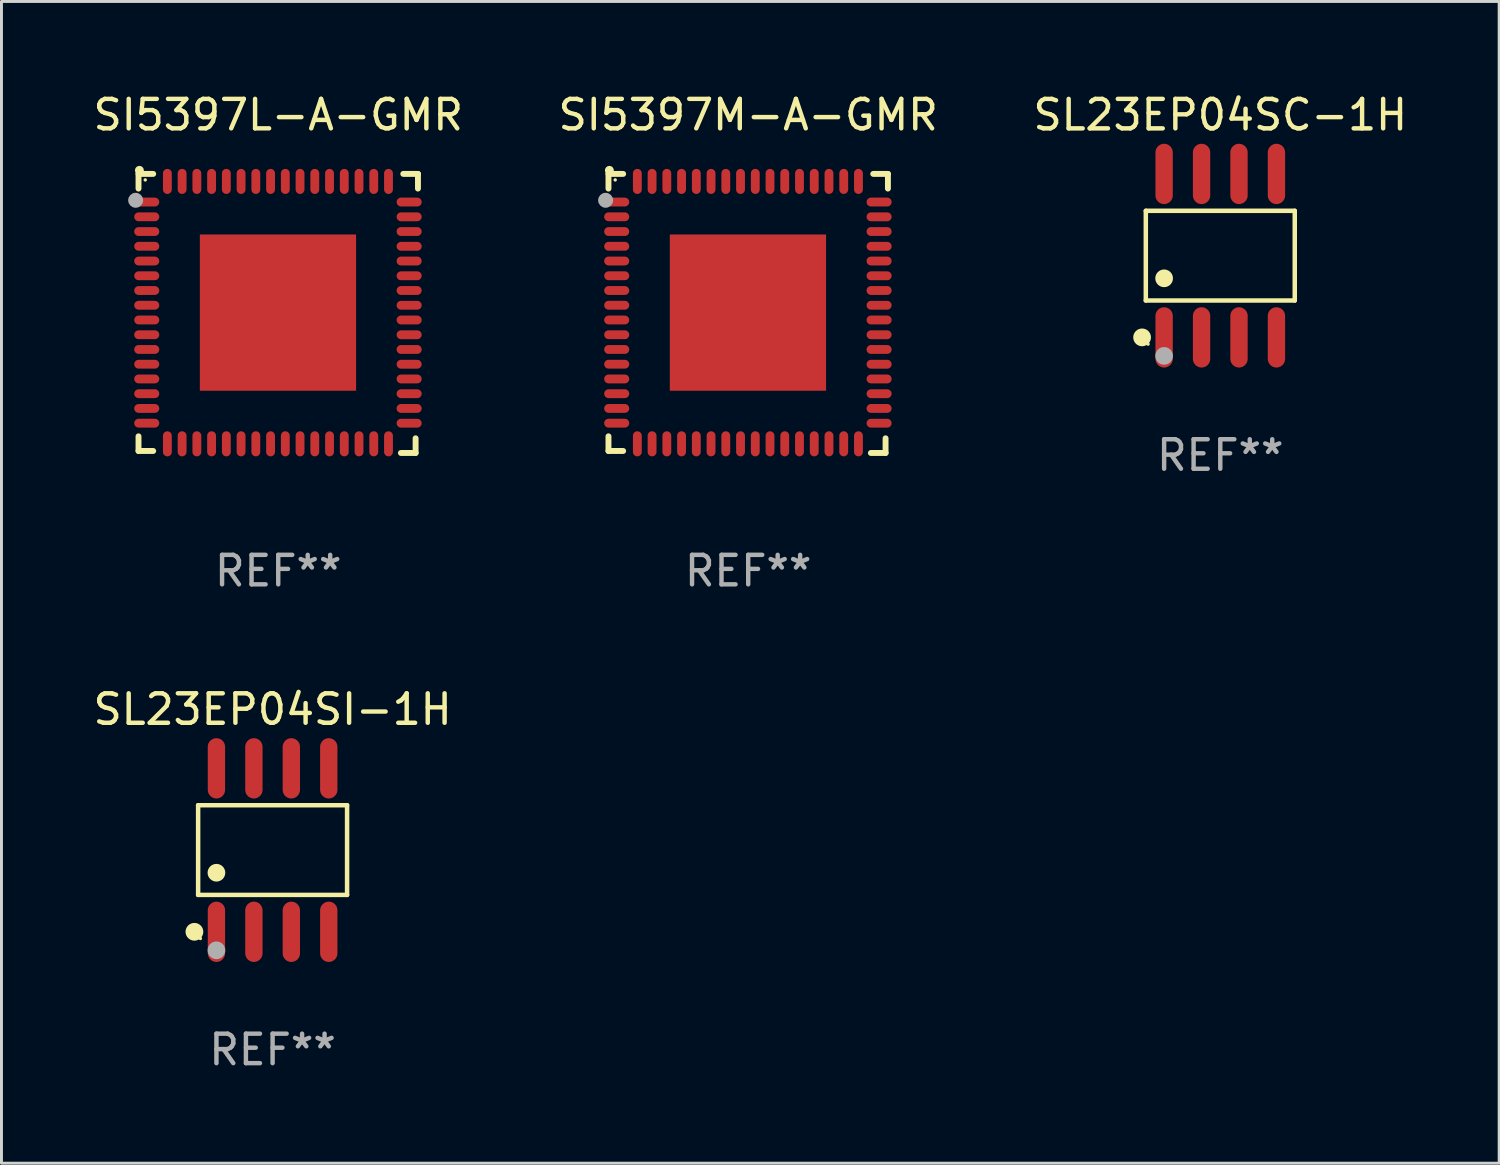
<source format=kicad_pcb>
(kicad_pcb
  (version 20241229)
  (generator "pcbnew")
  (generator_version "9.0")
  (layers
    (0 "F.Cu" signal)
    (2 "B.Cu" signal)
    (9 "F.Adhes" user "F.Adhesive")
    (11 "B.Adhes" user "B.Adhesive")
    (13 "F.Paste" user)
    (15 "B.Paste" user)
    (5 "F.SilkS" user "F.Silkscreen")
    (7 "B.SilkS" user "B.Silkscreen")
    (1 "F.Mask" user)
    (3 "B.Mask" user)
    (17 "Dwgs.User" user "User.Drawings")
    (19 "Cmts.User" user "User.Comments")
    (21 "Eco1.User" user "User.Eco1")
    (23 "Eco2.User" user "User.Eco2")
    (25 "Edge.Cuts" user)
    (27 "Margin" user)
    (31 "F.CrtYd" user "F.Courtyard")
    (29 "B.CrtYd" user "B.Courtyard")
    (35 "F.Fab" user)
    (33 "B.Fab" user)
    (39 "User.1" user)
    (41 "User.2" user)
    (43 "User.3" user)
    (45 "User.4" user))
  (footprint "SI5397M-A-GMR"
    (layer "F.Cu")
    (at 22.327 7.581)
    (property "Reference" "SI5397M-A-GMR" (at 0 -6.733 0) (layer "F.SilkS") (effects (font (size 1 1) (thickness 0.15))))
    (attr through_hole)
    (fp_line (start -4.739 -4.733) (end -4.241 -4.733) (stroke (width 0.2) (type solid)) (layer "F.SilkS"))
    (fp_line (start -4.739 -4.235) (end -4.739 -4.733) (stroke (width 0.2) (type solid)) (layer "F.SilkS"))
    (fp_line (start -4.739 4.168) (end -4.739 4.665) (stroke (width 0.2) (type solid)) (layer "F.SilkS"))
    (fp_line (start -4.739 4.665) (end -4.241 4.665) (stroke (width 0.2) (type solid)) (layer "F.SilkS"))
    (fp_line (start 4.161 4.733) (end 4.659 4.733) (stroke (width 0.2) (type solid)) (layer "F.SilkS"))
    (fp_line (start 4.241 -4.733) (end 4.739 -4.733) (stroke (width 0.2) (type solid)) (layer "F.SilkS"))
    (fp_line (start 4.659 4.733) (end 4.659 4.235) (stroke (width 0.2) (type solid)) (layer "F.SilkS"))
    (fp_line (start 4.739 -4.733) (end 4.739 -4.235) (stroke (width 0.2) (type solid)) (layer "F.SilkS"))
    (fp_arc (start -4.708623 -4.85108) (mid -4.708628 -4.85235) (end -4.708623 -4.85362) (stroke (width 0.3) (type solid)) (layer "F.SilkS"))
    (fp_circle (center -4.511 -4.529) (end -4.481 -4.529) (stroke (width 0.06) (type solid)) (fill no) (layer "F.SilkS"))
    (fp_circle (center -4.836 -3.838) (end -4.709 -3.838) (stroke (width 0.254) (type solid)) (fill no) (layer "F.Fab"))
    (fp_text user "REF**" (at 0 8.733 0) (layer "F.Fab") (effects (font (size 1 1) (thickness 0.15))))
    (pad "1" smd oval (at -4.46 -3.778) (size 0.85 0.3) (layers "F.Cu" "F.Mask" "F.Paste"))
    (pad "2" smd oval (at -4.46 -3.278) (size 0.85 0.3) (layers "F.Cu" "F.Mask" "F.Paste"))
    (pad "3" smd oval (at -4.46 -2.778) (size 0.85 0.3) (layers "F.Cu" "F.Mask" "F.Paste"))
    (pad "4" smd oval (at -4.46 -2.278) (size 0.85 0.3) (layers "F.Cu" "F.Mask" "F.Paste"))
    (pad "5" smd oval (at -4.46 -1.778) (size 0.85 0.3) (layers "F.Cu" "F.Mask" "F.Paste"))
    (pad "6" smd oval (at -4.46 -1.278) (size 0.85 0.3) (layers "F.Cu" "F.Mask" "F.Paste"))
    (pad "7" smd oval (at -4.46 -0.778) (size 0.85 0.3) (layers "F.Cu" "F.Mask" "F.Paste"))
    (pad "8" smd oval (at -4.46 -0.278) (size 0.85 0.3) (layers "F.Cu" "F.Mask" "F.Paste"))
    (pad "9" smd oval (at -4.46 0.222) (size 0.85 0.3) (layers "F.Cu" "F.Mask" "F.Paste"))
    (pad "10" smd oval (at -4.46 0.722) (size 0.85 0.3) (layers "F.Cu" "F.Mask" "F.Paste"))
    (pad "11" smd oval (at -4.46 1.222) (size 0.85 0.3) (layers "F.Cu" "F.Mask" "F.Paste"))
    (pad "12" smd oval (at -4.46 1.722) (size 0.85 0.3) (layers "F.Cu" "F.Mask" "F.Paste"))
    (pad "13" smd oval (at -4.46 2.222) (size 0.85 0.3) (layers "F.Cu" "F.Mask" "F.Paste"))
    (pad "14" smd oval (at -4.46 2.722) (size 0.85 0.3) (layers "F.Cu" "F.Mask" "F.Paste"))
    (pad "15" smd oval (at -4.46 3.222) (size 0.85 0.3) (layers "F.Cu" "F.Mask" "F.Paste"))
    (pad "16" smd oval (at -4.46 3.722) (size 0.85 0.3) (layers "F.Cu" "F.Mask" "F.Paste"))
    (pad "17" smd oval (at -3.76 4.422) (size 0.3 0.85) (layers "F.Cu" "F.Mask" "F.Paste"))
    (pad "18" smd oval (at -3.26 4.422) (size 0.3 0.85) (layers "F.Cu" "F.Mask" "F.Paste"))
    (pad "19" smd oval (at -2.76 4.422) (size 0.3 0.85) (layers "F.Cu" "F.Mask" "F.Paste"))
    (pad "20" smd oval (at -2.26 4.422) (size 0.3 0.85) (layers "F.Cu" "F.Mask" "F.Paste"))
    (pad "21" smd oval (at -1.76 4.422) (size 0.3 0.85) (layers "F.Cu" "F.Mask" "F.Paste"))
    (pad "22" smd oval (at -1.26 4.422) (size 0.3 0.85) (layers "F.Cu" "F.Mask" "F.Paste"))
    (pad "23" smd oval (at -0.76 4.422) (size 0.3 0.85) (layers "F.Cu" "F.Mask" "F.Paste"))
    (pad "24" smd oval (at -0.26 4.422) (size 0.3 0.85) (layers "F.Cu" "F.Mask" "F.Paste"))
    (pad "25" smd oval (at 0.24 4.422) (size 0.3 0.85) (layers "F.Cu" "F.Mask" "F.Paste"))
    (pad "26" smd oval (at 0.74 4.422) (size 0.3 0.85) (layers "F.Cu" "F.Mask" "F.Paste"))
    (pad "27" smd oval (at 1.24 4.422) (size 0.3 0.85) (layers "F.Cu" "F.Mask" "F.Paste"))
    (pad "28" smd oval (at 1.74 4.422) (size 0.3 0.85) (layers "F.Cu" "F.Mask" "F.Paste"))
    (pad "29" smd oval (at 2.24 4.422) (size 0.3 0.85) (layers "F.Cu" "F.Mask" "F.Paste"))
    (pad "30" smd oval (at 2.74 4.422) (size 0.3 0.85) (layers "F.Cu" "F.Mask" "F.Paste"))
    (pad "31" smd oval (at 3.24 4.422) (size 0.3 0.85) (layers "F.Cu" "F.Mask" "F.Paste"))
    (pad "32" smd oval (at 3.74 4.422) (size 0.3 0.85) (layers "F.Cu" "F.Mask" "F.Paste"))
    (pad "33" smd oval (at 4.44 3.723) (size 0.85 0.3) (layers "F.Cu" "F.Mask" "F.Paste"))
    (pad "34" smd oval (at 4.44 3.222) (size 0.85 0.3) (layers "F.Cu" "F.Mask" "F.Paste"))
    (pad "35" smd oval (at 4.44 2.723) (size 0.85 0.3) (layers "F.Cu" "F.Mask" "F.Paste"))
    (pad "36" smd oval (at 4.44 2.222) (size 0.85 0.3) (layers "F.Cu" "F.Mask" "F.Paste"))
    (pad "37" smd oval (at 4.44 1.723) (size 0.85 0.3) (layers "F.Cu" "F.Mask" "F.Paste"))
    (pad "38" smd oval (at 4.44 1.222) (size 0.85 0.3) (layers "F.Cu" "F.Mask" "F.Paste"))
    (pad "39" smd oval (at 4.44 0.723) (size 0.85 0.3) (layers "F.Cu" "F.Mask" "F.Paste"))
    (pad "40" smd oval (at 4.44 0.222) (size 0.85 0.3) (layers "F.Cu" "F.Mask" "F.Paste"))
    (pad "41" smd oval (at 4.44 -0.277) (size 0.85 0.3) (layers "F.Cu" "F.Mask" "F.Paste"))
    (pad "42" smd oval (at 4.44 -0.778) (size 0.85 0.3) (layers "F.Cu" "F.Mask" "F.Paste"))
    (pad "43" smd oval (at 4.44 -1.277) (size 0.85 0.3) (layers "F.Cu" "F.Mask" "F.Paste"))
    (pad "44" smd oval (at 4.44 -1.778) (size 0.85 0.3) (layers "F.Cu" "F.Mask" "F.Paste"))
    (pad "45" smd oval (at 4.44 -2.277) (size 0.85 0.3) (layers "F.Cu" "F.Mask" "F.Paste"))
    (pad "46" smd oval (at 4.44 -2.778) (size 0.85 0.3) (layers "F.Cu" "F.Mask" "F.Paste"))
    (pad "47" smd oval (at 4.44 -3.277) (size 0.85 0.3) (layers "F.Cu" "F.Mask" "F.Paste"))
    (pad "48" smd oval (at 4.44 -3.778) (size 0.85 0.3) (layers "F.Cu" "F.Mask" "F.Paste"))
    (pad "49" smd oval (at 3.74 -4.478) (size 0.3 0.85) (layers "F.Cu" "F.Mask" "F.Paste"))
    (pad "50" smd oval (at 3.24 -4.478) (size 0.3 0.85) (layers "F.Cu" "F.Mask" "F.Paste"))
    (pad "51" smd oval (at 2.74 -4.478) (size 0.3 0.85) (layers "F.Cu" "F.Mask" "F.Paste"))
    (pad "52" smd oval (at 2.24 -4.478) (size 0.3 0.85) (layers "F.Cu" "F.Mask" "F.Paste"))
    (pad "53" smd oval (at 1.74 -4.478) (size 0.3 0.85) (layers "F.Cu" "F.Mask" "F.Paste"))
    (pad "54" smd oval (at 1.24 -4.478) (size 0.3 0.85) (layers "F.Cu" "F.Mask" "F.Paste"))
    (pad "55" smd oval (at 0.74 -4.478) (size 0.3 0.85) (layers "F.Cu" "F.Mask" "F.Paste"))
    (pad "56" smd oval (at 0.24 -4.478) (size 0.3 0.85) (layers "F.Cu" "F.Mask" "F.Paste"))
    (pad "57" smd oval (at -0.26 -4.478) (size 0.3 0.85) (layers "F.Cu" "F.Mask" "F.Paste"))
    (pad "58" smd oval (at -0.76 -4.478) (size 0.3 0.85) (layers "F.Cu" "F.Mask" "F.Paste"))
    (pad "59" smd oval (at -1.26 -4.478) (size 0.3 0.85) (layers "F.Cu" "F.Mask" "F.Paste"))
    (pad "60" smd oval (at -1.76 -4.478) (size 0.3 0.85) (layers "F.Cu" "F.Mask" "F.Paste"))
    (pad "61" smd oval (at -2.26 -4.478) (size 0.3 0.85) (layers "F.Cu" "F.Mask" "F.Paste"))
    (pad "62" smd oval (at -2.76 -4.478) (size 0.3 0.85) (layers "F.Cu" "F.Mask" "F.Paste"))
    (pad "63" smd oval (at -3.26 -4.478) (size 0.3 0.85) (layers "F.Cu" "F.Mask" "F.Paste"))
    (pad "64" smd oval (at -3.76 -4.478) (size 0.3 0.85) (layers "F.Cu" "F.Mask" "F.Paste"))
    (pad "65" smd rect (at -0.009 -0.028 90) (size 5.3 5.3) (layers "F.Cu" "F.Mask" "F.Paste")))
  (footprint "SL23EP04SC-1H"
    (layer "F.Cu")
    (at 38.339 5.621)
    (property "Reference" "SL23EP04SC-1H" (at 0 -4.772 0) (layer "F.SilkS") (effects (font (size 1 1) (thickness 0.15))))
    (attr through_hole)
    (fp_line (start -2.526 -1.521) (end 2.526 -1.521) (stroke (width 0.152) (type solid)) (layer "F.SilkS"))
    (fp_line (start -2.526 1.521) (end -2.526 -1.521) (stroke (width 0.152) (type solid)) (layer "F.SilkS"))
    (fp_line (start 2.526 -1.521) (end 2.526 1.521) (stroke (width 0.152) (type solid)) (layer "F.SilkS"))
    (fp_line (start 2.526 1.521) (end -2.526 1.521) (stroke (width 0.152) (type solid)) (layer "F.SilkS"))
    (fp_circle (center -2.652 2.772) (end -2.501 2.772) (stroke (width 0.3) (type solid)) (fill no) (layer "F.SilkS"))
    (fp_circle (center -2.45 3) (end -2.42 3) (stroke (width 0.06) (type solid)) (fill no) (layer "F.SilkS"))
    (fp_circle (center -1.905 0.769) (end -1.755 0.769) (stroke (width 0.3) (type solid)) (fill no) (layer "F.SilkS"))
    (fp_circle (center -1.905 3.4) (end -1.755 3.4) (stroke (width 0.3) (type solid)) (fill no) (layer "F.Fab"))
    (fp_text user "REF**" (at 0 6.772 0) (layer "F.Fab") (effects (font (size 1 1) (thickness 0.15))))
    (pad "1" smd oval (at -1.905 2.772) (size 0.588 2.045) (layers "F.Cu" "F.Mask" "F.Paste"))
    (pad "2" smd oval (at -0.635 2.772) (size 0.588 2.045) (layers "F.Cu" "F.Mask" "F.Paste"))
    (pad "3" smd oval (at 0.635 2.772) (size 0.588 2.045) (layers "F.Cu" "F.Mask" "F.Paste"))
    (pad "4" smd oval (at 1.905 2.772) (size 0.588 2.045) (layers "F.Cu" "F.Mask" "F.Paste"))
    (pad "5" smd oval (at 1.905 -2.772) (size 0.588 2.045) (layers "F.Cu" "F.Mask" "F.Paste"))
    (pad "6" smd oval (at 0.635 -2.772) (size 0.588 2.045) (layers "F.Cu" "F.Mask" "F.Paste"))
    (pad "7" smd oval (at -0.635 -2.772) (size 0.588 2.045) (layers "F.Cu" "F.Mask" "F.Paste"))
    (pad "8" smd oval (at -1.905 -2.772) (size 0.588 2.045) (layers "F.Cu" "F.Mask" "F.Paste")))
  (footprint "SI5397L-A-GMR"
    (layer "F.Cu")
    (at 6.387 7.581)
    (property "Reference" "SI5397L-A-GMR" (at 0 -6.733 0) (layer "F.SilkS") (effects (font (size 1 1) (thickness 0.15))))
    (attr through_hole)
    (fp_line (start -4.739 -4.733) (end -4.241 -4.733) (stroke (width 0.2) (type solid)) (layer "F.SilkS"))
    (fp_line (start -4.739 -4.235) (end -4.739 -4.733) (stroke (width 0.2) (type solid)) (layer "F.SilkS"))
    (fp_line (start -4.739 4.168) (end -4.739 4.665) (stroke (width 0.2) (type solid)) (layer "F.SilkS"))
    (fp_line (start -4.739 4.665) (end -4.241 4.665) (stroke (width 0.2) (type solid)) (layer "F.SilkS"))
    (fp_line (start 4.161 4.733) (end 4.659 4.733) (stroke (width 0.2) (type solid)) (layer "F.SilkS"))
    (fp_line (start 4.241 -4.733) (end 4.739 -4.733) (stroke (width 0.2) (type solid)) (layer "F.SilkS"))
    (fp_line (start 4.659 4.733) (end 4.659 4.235) (stroke (width 0.2) (type solid)) (layer "F.SilkS"))
    (fp_line (start 4.739 -4.733) (end 4.739 -4.235) (stroke (width 0.2) (type solid)) (layer "F.SilkS"))
    (fp_arc (start -4.708623 -4.85108) (mid -4.708628 -4.85235) (end -4.708623 -4.85362) (stroke (width 0.3) (type solid)) (layer "F.SilkS"))
    (fp_circle (center -4.511 -4.529) (end -4.481 -4.529) (stroke (width 0.06) (type solid)) (fill no) (layer "F.SilkS"))
    (fp_circle (center -4.836 -3.838) (end -4.709 -3.838) (stroke (width 0.254) (type solid)) (fill no) (layer "F.Fab"))
    (fp_text user "REF**" (at 0 8.733 0) (layer "F.Fab") (effects (font (size 1 1) (thickness 0.15))))
    (pad "1" smd oval (at -4.46 -3.778) (size 0.85 0.3) (layers "F.Cu" "F.Mask" "F.Paste"))
    (pad "2" smd oval (at -4.46 -3.278) (size 0.85 0.3) (layers "F.Cu" "F.Mask" "F.Paste"))
    (pad "3" smd oval (at -4.46 -2.778) (size 0.85 0.3) (layers "F.Cu" "F.Mask" "F.Paste"))
    (pad "4" smd oval (at -4.46 -2.278) (size 0.85 0.3) (layers "F.Cu" "F.Mask" "F.Paste"))
    (pad "5" smd oval (at -4.46 -1.778) (size 0.85 0.3) (layers "F.Cu" "F.Mask" "F.Paste"))
    (pad "6" smd oval (at -4.46 -1.278) (size 0.85 0.3) (layers "F.Cu" "F.Mask" "F.Paste"))
    (pad "7" smd oval (at -4.46 -0.778) (size 0.85 0.3) (layers "F.Cu" "F.Mask" "F.Paste"))
    (pad "8" smd oval (at -4.46 -0.278) (size 0.85 0.3) (layers "F.Cu" "F.Mask" "F.Paste"))
    (pad "9" smd oval (at -4.46 0.222) (size 0.85 0.3) (layers "F.Cu" "F.Mask" "F.Paste"))
    (pad "10" smd oval (at -4.46 0.722) (size 0.85 0.3) (layers "F.Cu" "F.Mask" "F.Paste"))
    (pad "11" smd oval (at -4.46 1.222) (size 0.85 0.3) (layers "F.Cu" "F.Mask" "F.Paste"))
    (pad "12" smd oval (at -4.46 1.722) (size 0.85 0.3) (layers "F.Cu" "F.Mask" "F.Paste"))
    (pad "13" smd oval (at -4.46 2.222) (size 0.85 0.3) (layers "F.Cu" "F.Mask" "F.Paste"))
    (pad "14" smd oval (at -4.46 2.722) (size 0.85 0.3) (layers "F.Cu" "F.Mask" "F.Paste"))
    (pad "15" smd oval (at -4.46 3.222) (size 0.85 0.3) (layers "F.Cu" "F.Mask" "F.Paste"))
    (pad "16" smd oval (at -4.46 3.722) (size 0.85 0.3) (layers "F.Cu" "F.Mask" "F.Paste"))
    (pad "17" smd oval (at -3.76 4.422) (size 0.3 0.85) (layers "F.Cu" "F.Mask" "F.Paste"))
    (pad "18" smd oval (at -3.26 4.422) (size 0.3 0.85) (layers "F.Cu" "F.Mask" "F.Paste"))
    (pad "19" smd oval (at -2.76 4.422) (size 0.3 0.85) (layers "F.Cu" "F.Mask" "F.Paste"))
    (pad "20" smd oval (at -2.26 4.422) (size 0.3 0.85) (layers "F.Cu" "F.Mask" "F.Paste"))
    (pad "21" smd oval (at -1.76 4.422) (size 0.3 0.85) (layers "F.Cu" "F.Mask" "F.Paste"))
    (pad "22" smd oval (at -1.26 4.422) (size 0.3 0.85) (layers "F.Cu" "F.Mask" "F.Paste"))
    (pad "23" smd oval (at -0.76 4.422) (size 0.3 0.85) (layers "F.Cu" "F.Mask" "F.Paste"))
    (pad "24" smd oval (at -0.26 4.422) (size 0.3 0.85) (layers "F.Cu" "F.Mask" "F.Paste"))
    (pad "25" smd oval (at 0.24 4.422) (size 0.3 0.85) (layers "F.Cu" "F.Mask" "F.Paste"))
    (pad "26" smd oval (at 0.74 4.422) (size 0.3 0.85) (layers "F.Cu" "F.Mask" "F.Paste"))
    (pad "27" smd oval (at 1.24 4.422) (size 0.3 0.85) (layers "F.Cu" "F.Mask" "F.Paste"))
    (pad "28" smd oval (at 1.74 4.422) (size 0.3 0.85) (layers "F.Cu" "F.Mask" "F.Paste"))
    (pad "29" smd oval (at 2.24 4.422) (size 0.3 0.85) (layers "F.Cu" "F.Mask" "F.Paste"))
    (pad "30" smd oval (at 2.74 4.422) (size 0.3 0.85) (layers "F.Cu" "F.Mask" "F.Paste"))
    (pad "31" smd oval (at 3.24 4.422) (size 0.3 0.85) (layers "F.Cu" "F.Mask" "F.Paste"))
    (pad "32" smd oval (at 3.74 4.422) (size 0.3 0.85) (layers "F.Cu" "F.Mask" "F.Paste"))
    (pad "33" smd oval (at 4.44 3.723) (size 0.85 0.3) (layers "F.Cu" "F.Mask" "F.Paste"))
    (pad "34" smd oval (at 4.44 3.222) (size 0.85 0.3) (layers "F.Cu" "F.Mask" "F.Paste"))
    (pad "35" smd oval (at 4.44 2.723) (size 0.85 0.3) (layers "F.Cu" "F.Mask" "F.Paste"))
    (pad "36" smd oval (at 4.44 2.222) (size 0.85 0.3) (layers "F.Cu" "F.Mask" "F.Paste"))
    (pad "37" smd oval (at 4.44 1.723) (size 0.85 0.3) (layers "F.Cu" "F.Mask" "F.Paste"))
    (pad "38" smd oval (at 4.44 1.222) (size 0.85 0.3) (layers "F.Cu" "F.Mask" "F.Paste"))
    (pad "39" smd oval (at 4.44 0.723) (size 0.85 0.3) (layers "F.Cu" "F.Mask" "F.Paste"))
    (pad "40" smd oval (at 4.44 0.222) (size 0.85 0.3) (layers "F.Cu" "F.Mask" "F.Paste"))
    (pad "41" smd oval (at 4.44 -0.277) (size 0.85 0.3) (layers "F.Cu" "F.Mask" "F.Paste"))
    (pad "42" smd oval (at 4.44 -0.778) (size 0.85 0.3) (layers "F.Cu" "F.Mask" "F.Paste"))
    (pad "43" smd oval (at 4.44 -1.277) (size 0.85 0.3) (layers "F.Cu" "F.Mask" "F.Paste"))
    (pad "44" smd oval (at 4.44 -1.778) (size 0.85 0.3) (layers "F.Cu" "F.Mask" "F.Paste"))
    (pad "45" smd oval (at 4.44 -2.277) (size 0.85 0.3) (layers "F.Cu" "F.Mask" "F.Paste"))
    (pad "46" smd oval (at 4.44 -2.778) (size 0.85 0.3) (layers "F.Cu" "F.Mask" "F.Paste"))
    (pad "47" smd oval (at 4.44 -3.277) (size 0.85 0.3) (layers "F.Cu" "F.Mask" "F.Paste"))
    (pad "48" smd oval (at 4.44 -3.778) (size 0.85 0.3) (layers "F.Cu" "F.Mask" "F.Paste"))
    (pad "49" smd oval (at 3.74 -4.478) (size 0.3 0.85) (layers "F.Cu" "F.Mask" "F.Paste"))
    (pad "50" smd oval (at 3.24 -4.478) (size 0.3 0.85) (layers "F.Cu" "F.Mask" "F.Paste"))
    (pad "51" smd oval (at 2.74 -4.478) (size 0.3 0.85) (layers "F.Cu" "F.Mask" "F.Paste"))
    (pad "52" smd oval (at 2.24 -4.478) (size 0.3 0.85) (layers "F.Cu" "F.Mask" "F.Paste"))
    (pad "53" smd oval (at 1.74 -4.478) (size 0.3 0.85) (layers "F.Cu" "F.Mask" "F.Paste"))
    (pad "54" smd oval (at 1.24 -4.478) (size 0.3 0.85) (layers "F.Cu" "F.Mask" "F.Paste"))
    (pad "55" smd oval (at 0.74 -4.478) (size 0.3 0.85) (layers "F.Cu" "F.Mask" "F.Paste"))
    (pad "56" smd oval (at 0.24 -4.478) (size 0.3 0.85) (layers "F.Cu" "F.Mask" "F.Paste"))
    (pad "57" smd oval (at -0.26 -4.478) (size 0.3 0.85) (layers "F.Cu" "F.Mask" "F.Paste"))
    (pad "58" smd oval (at -0.76 -4.478) (size 0.3 0.85) (layers "F.Cu" "F.Mask" "F.Paste"))
    (pad "59" smd oval (at -1.26 -4.478) (size 0.3 0.85) (layers "F.Cu" "F.Mask" "F.Paste"))
    (pad "60" smd oval (at -1.76 -4.478) (size 0.3 0.85) (layers "F.Cu" "F.Mask" "F.Paste"))
    (pad "61" smd oval (at -2.26 -4.478) (size 0.3 0.85) (layers "F.Cu" "F.Mask" "F.Paste"))
    (pad "62" smd oval (at -2.76 -4.478) (size 0.3 0.85) (layers "F.Cu" "F.Mask" "F.Paste"))
    (pad "63" smd oval (at -3.26 -4.478) (size 0.3 0.85) (layers "F.Cu" "F.Mask" "F.Paste"))
    (pad "64" smd oval (at -3.76 -4.478) (size 0.3 0.85) (layers "F.Cu" "F.Mask" "F.Paste"))
    (pad "65" smd rect (at -0.009 -0.028 90) (size 5.3 5.3) (layers "F.Cu" "F.Mask" "F.Paste")))
  (footprint "SL23EP04SI-1H"
    (layer "F.Cu")
    (at 6.196 25.782)
    (property "Reference" "SL23EP04SI-1H" (at 0 -4.772 0) (layer "F.SilkS") (effects (font (size 1 1) (thickness 0.15))))
    (attr through_hole)
    (fp_line (start -2.526 -1.521) (end 2.526 -1.521) (stroke (width 0.152) (type solid)) (layer "F.SilkS"))
    (fp_line (start -2.526 1.521) (end -2.526 -1.521) (stroke (width 0.152) (type solid)) (layer "F.SilkS"))
    (fp_line (start 2.526 -1.521) (end 2.526 1.521) (stroke (width 0.152) (type solid)) (layer "F.SilkS"))
    (fp_line (start 2.526 1.521) (end -2.526 1.521) (stroke (width 0.152) (type solid)) (layer "F.SilkS"))
    (fp_circle (center -2.652 2.772) (end -2.501 2.772) (stroke (width 0.3) (type solid)) (fill no) (layer "F.SilkS"))
    (fp_circle (center -2.45 3) (end -2.42 3) (stroke (width 0.06) (type solid)) (fill no) (layer "F.SilkS"))
    (fp_circle (center -1.905 0.769) (end -1.755 0.769) (stroke (width 0.3) (type solid)) (fill no) (layer "F.SilkS"))
    (fp_circle (center -1.905 3.4) (end -1.755 3.4) (stroke (width 0.3) (type solid)) (fill no) (layer "F.Fab"))
    (fp_text user "REF**" (at 0 6.772 0) (layer "F.Fab") (effects (font (size 1 1) (thickness 0.15))))
    (pad "1" smd oval (at -1.905 2.772) (size 0.588 2.045) (layers "F.Cu" "F.Mask" "F.Paste"))
    (pad "2" smd oval (at -0.635 2.772) (size 0.588 2.045) (layers "F.Cu" "F.Mask" "F.Paste"))
    (pad "3" smd oval (at 0.635 2.772) (size 0.588 2.045) (layers "F.Cu" "F.Mask" "F.Paste"))
    (pad "4" smd oval (at 1.905 2.772) (size 0.588 2.045) (layers "F.Cu" "F.Mask" "F.Paste"))
    (pad "5" smd oval (at 1.905 -2.772) (size 0.588 2.045) (layers "F.Cu" "F.Mask" "F.Paste"))
    (pad "6" smd oval (at 0.635 -2.772) (size 0.588 2.045) (layers "F.Cu" "F.Mask" "F.Paste"))
    (pad "7" smd oval (at -0.635 -2.772) (size 0.588 2.045) (layers "F.Cu" "F.Mask" "F.Paste"))
    (pad "8" smd oval (at -1.905 -2.772) (size 0.588 2.045) (layers "F.Cu" "F.Mask" "F.Paste")))
  (gr_rect
    (start -3 -3)
    (end 47.798 36.403)
    (stroke (width 0.1) (type default))
    (fill no)
    (layer "Edge.Cuts")))
</source>
